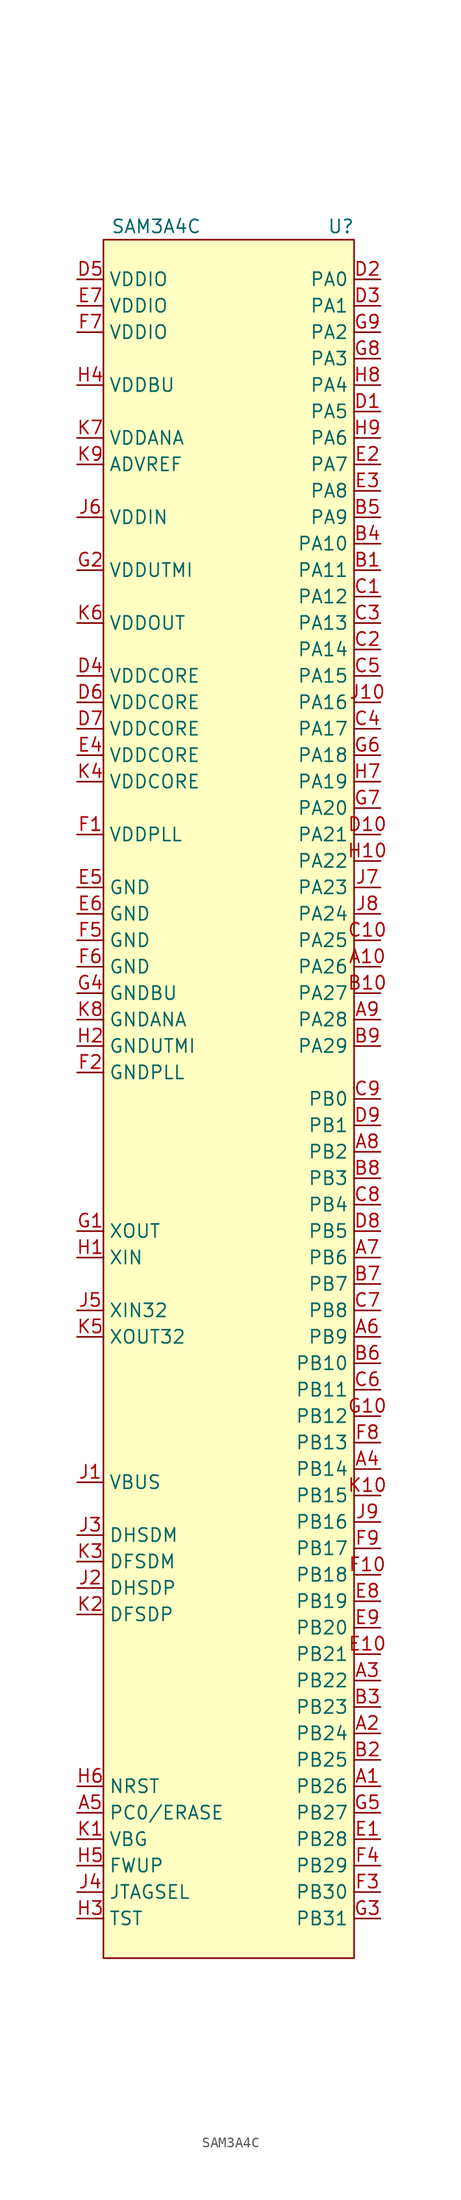
<source format=kicad_sym>
(kicad_symbol_lib
  (version 20211014)
  (generator kicad_symbol_editor)
  (symbol "SAM3A4C"
    (property "Reference" "U"
      (at 22.86 1.27 0)
      (effects (font (size 1.27 1.27))))
    (property "Value" "SAM3A4C"
      (at 5.08 1.27 0)
      (effects (font (size 1.27 1.27))))
    (symbol "SAM3A4C_0_0"
      (pin bidirectional line (at 26.67 -148.59 180) (length 2.54) (name "PB26" (effects (font (size 1.27 1.27)))) (number "A1" (effects (font (size 1.27 1.27)))))
      (pin bidirectional line (at 26.67 -69.85 180) (length 2.54) (name "PA26" (effects (font (size 1.27 1.27)))) (number "A10" (effects (font (size 1.27 1.27)))))
      (pin bidirectional line (at 26.67 -143.51 180) (length 2.54) (name "PB24" (effects (font (size 1.27 1.27)))) (number "A2" (effects (font (size 1.27 1.27)))))
      (pin bidirectional line (at 26.67 -138.43 180) (length 2.54) (name "PB22" (effects (font (size 1.27 1.27)))) (number "A3" (effects (font (size 1.27 1.27)))))
      (pin bidirectional line (at 26.67 -118.11 180) (length 2.54) (name "PB14" (effects (font (size 1.27 1.27)))) (number "A4" (effects (font (size 1.27 1.27)))))
      (pin bidirectional line (at -2.54 -151.13 0) (length 2.54) (name "PC0/ERASE" (effects (font (size 1.27 1.27)))) (number "A5" (effects (font (size 1.27 1.27)))))
      (pin bidirectional line (at 26.67 -105.41 180) (length 2.54) (name "PB9" (effects (font (size 1.27 1.27)))) (number "A6" (effects (font (size 1.27 1.27)))))
      (pin bidirectional line (at 26.67 -97.79 180) (length 2.54) (name "PB6" (effects (font (size 1.27 1.27)))) (number "A7" (effects (font (size 1.27 1.27)))))
      (pin bidirectional line (at 26.67 -87.63 180) (length 2.54) (name "PB2" (effects (font (size 1.27 1.27)))) (number "A8" (effects (font (size 1.27 1.27)))))
      (pin bidirectional line (at 26.67 -74.93 180) (length 2.54) (name "PA28" (effects (font (size 1.27 1.27)))) (number "A9" (effects (font (size 1.27 1.27)))))
      (pin bidirectional line (at 26.67 -31.75 180) (length 2.54) (name "PA11" (effects (font (size 1.27 1.27)))) (number "B1" (effects (font (size 1.27 1.27)))))
      (pin bidirectional line (at 26.67 -72.39 180) (length 2.54) (name "PA27" (effects (font (size 1.27 1.27)))) (number "B10" (effects (font (size 1.27 1.27)))))
      (pin bidirectional line (at 26.67 -146.05 180) (length 2.54) (name "PB25" (effects (font (size 1.27 1.27)))) (number "B2" (effects (font (size 1.27 1.27)))))
      (pin bidirectional line (at 26.67 -140.97 180) (length 2.54) (name "PB23" (effects (font (size 1.27 1.27)))) (number "B3" (effects (font (size 1.27 1.27)))))
      (pin bidirectional line (at 26.67 -29.21 180) (length 2.54) (name "PA10" (effects (font (size 1.27 1.27)))) (number "B4" (effects (font (size 1.27 1.27)))))
      (pin bidirectional line (at 26.67 -26.67 180) (length 2.54) (name "PA9" (effects (font (size 1.27 1.27)))) (number "B5" (effects (font (size 1.27 1.27)))))
      (pin bidirectional line (at 26.67 -107.95 180) (length 2.54) (name "PB10" (effects (font (size 1.27 1.27)))) (number "B6" (effects (font (size 1.27 1.27)))))
      (pin bidirectional line (at 26.67 -100.33 180) (length 2.54) (name "PB7" (effects (font (size 1.27 1.27)))) (number "B7" (effects (font (size 1.27 1.27)))))
      (pin bidirectional line (at 26.67 -90.17 180) (length 2.54) (name "PB3" (effects (font (size 1.27 1.27)))) (number "B8" (effects (font (size 1.27 1.27)))))
      (pin bidirectional line (at 26.67 -77.47 180) (length 2.54) (name "PA29" (effects (font (size 1.27 1.27)))) (number "B9" (effects (font (size 1.27 1.27)))))
      (pin bidirectional line (at 26.67 -34.29 180) (length 2.54) (name "PA12" (effects (font (size 1.27 1.27)))) (number "C1" (effects (font (size 1.27 1.27)))))
      (pin bidirectional line (at 26.67 -67.31 180) (length 2.54) (name "PA25" (effects (font (size 1.27 1.27)))) (number "C10" (effects (font (size 1.27 1.27)))))
      (pin bidirectional line (at 26.67 -39.37 180) (length 2.54) (name "PA14" (effects (font (size 1.27 1.27)))) (number "C2" (effects (font (size 1.27 1.27)))))
      (pin bidirectional line (at 26.67 -36.83 180) (length 2.54) (name "PA13" (effects (font (size 1.27 1.27)))) (number "C3" (effects (font (size 1.27 1.27)))))
      (pin bidirectional line (at 26.67 -46.99 180) (length 2.54) (name "PA17" (effects (font (size 1.27 1.27)))) (number "C4" (effects (font (size 1.27 1.27)))))
      (pin bidirectional line (at 26.67 -41.91 180) (length 2.54) (name "PA15" (effects (font (size 1.27 1.27)))) (number "C5" (effects (font (size 1.27 1.27)))))
      (pin bidirectional line (at 26.67 -110.49 180) (length 2.54) (name "PB11" (effects (font (size 1.27 1.27)))) (number "C6" (effects (font (size 1.27 1.27)))))
      (pin bidirectional line (at 26.67 -102.87 180) (length 2.54) (name "PB8" (effects (font (size 1.27 1.27)))) (number "C7" (effects (font (size 1.27 1.27)))))
      (pin bidirectional line (at 26.67 -92.71 180) (length 2.54) (name "PB4" (effects (font (size 1.27 1.27)))) (number "C8" (effects (font (size 1.27 1.27)))))
      (pin bidirectional line (at 26.67 -82.55 180) (length 2.54) (name "PB0" (effects (font (size 1.27 1.27)))) (number "C9" (effects (font (size 1.27 1.27)))))
      (pin bidirectional line (at 26.67 -16.51 180) (length 2.54) (name "PA5" (effects (font (size 1.27 1.27)))) (number "D1" (effects (font (size 1.27 1.27)))))
      (pin bidirectional line (at 26.67 -57.15 180) (length 2.54) (name "PA21" (effects (font (size 1.27 1.27)))) (number "D10" (effects (font (size 1.27 1.27)))))
      (pin bidirectional line (at 26.67 -3.81 180) (length 2.54) (name "PA0" (effects (font (size 1.27 1.27)))) (number "D2" (effects (font (size 1.27 1.27)))))
      (pin bidirectional line (at 26.67 -6.35 180) (length 2.54) (name "PA1" (effects (font (size 1.27 1.27)))) (number "D3" (effects (font (size 1.27 1.27)))))
      (pin power_in line (at -2.54 -41.91 0) (length 2.54) (name "VDDCORE" (effects (font (size 1.27 1.27)))) (number "D4" (effects (font (size 1.27 1.27)))))
      (pin power_in line (at -2.54 -3.81 0) (length 2.54) (name "VDDIO" (effects (font (size 1.27 1.27)))) (number "D5" (effects (font (size 1.27 1.27)))))
      (pin power_in line (at -2.54 -44.45 0) (length 2.54) (name "VDDCORE" (effects (font (size 1.27 1.27)))) (number "D6" (effects (font (size 1.27 1.27)))))
      (pin power_in line (at -2.54 -46.99 0) (length 2.54) (name "VDDCORE" (effects (font (size 1.27 1.27)))) (number "D7" (effects (font (size 1.27 1.27)))))
      (pin bidirectional line (at 26.67 -95.25 180) (length 2.54) (name "PB5" (effects (font (size 1.27 1.27)))) (number "D8" (effects (font (size 1.27 1.27)))))
      (pin bidirectional line (at 26.67 -85.09 180) (length 2.54) (name "PB1" (effects (font (size 1.27 1.27)))) (number "D9" (effects (font (size 1.27 1.27)))))
      (pin bidirectional line (at 26.67 -153.67 180) (length 2.54) (name "PB28" (effects (font (size 1.27 1.27)))) (number "E1" (effects (font (size 1.27 1.27)))))
      (pin bidirectional line (at 26.67 -135.89 180) (length 2.54) (name "PB21" (effects (font (size 1.27 1.27)))) (number "E10" (effects (font (size 1.27 1.27)))))
      (pin bidirectional line (at 26.67 -21.59 180) (length 2.54) (name "PA7" (effects (font (size 1.27 1.27)))) (number "E2" (effects (font (size 1.27 1.27)))))
      (pin bidirectional line (at 26.67 -24.13 180) (length 2.54) (name "PA8" (effects (font (size 1.27 1.27)))) (number "E3" (effects (font (size 1.27 1.27)))))
      (pin power_in line (at -2.54 -49.53 0) (length 2.54) (name "VDDCORE" (effects (font (size 1.27 1.27)))) (number "E4" (effects (font (size 1.27 1.27)))))
      (pin power_in line (at -2.54 -62.23 0) (length 2.54) (name "GND" (effects (font (size 1.27 1.27)))) (number "E5" (effects (font (size 1.27 1.27)))))
      (pin power_in line (at -2.54 -64.77 0) (length 2.54) (name "GND" (effects (font (size 1.27 1.27)))) (number "E6" (effects (font (size 1.27 1.27)))))
      (pin power_in line (at -2.54 -6.35 0) (length 2.54) (name "VDDIO" (effects (font (size 1.27 1.27)))) (number "E7" (effects (font (size 1.27 1.27)))))
      (pin bidirectional line (at 26.67 -130.81 180) (length 2.54) (name "PB19" (effects (font (size 1.27 1.27)))) (number "E8" (effects (font (size 1.27 1.27)))))
      (pin bidirectional line (at 26.67 -133.35 180) (length 2.54) (name "PB20" (effects (font (size 1.27 1.27)))) (number "E9" (effects (font (size 1.27 1.27)))))
      (pin power_in line (at -2.54 -57.15 0) (length 2.54) (name "VDDPLL" (effects (font (size 1.27 1.27)))) (number "F1" (effects (font (size 1.27 1.27)))))
      (pin bidirectional line (at 26.67 -128.27 180) (length 2.54) (name "PB18" (effects (font (size 1.27 1.27)))) (number "F10" (effects (font (size 1.27 1.27)))))
      (pin power_in line (at -2.54 -80.01 0) (length 2.54) (name "GNDPLL" (effects (font (size 1.27 1.27)))) (number "F2" (effects (font (size 1.27 1.27)))))
      (pin bidirectional line (at 26.67 -158.75 180) (length 2.54) (name "PB30" (effects (font (size 1.27 1.27)))) (number "F3" (effects (font (size 1.27 1.27)))))
      (pin bidirectional line (at 26.67 -156.21 180) (length 2.54) (name "PB29" (effects (font (size 1.27 1.27)))) (number "F4" (effects (font (size 1.27 1.27)))))
      (pin power_in line (at -2.54 -67.31 0) (length 2.54) (name "GND" (effects (font (size 1.27 1.27)))) (number "F5" (effects (font (size 1.27 1.27)))))
      (pin power_in line (at -2.54 -69.85 0) (length 2.54) (name "GND" (effects (font (size 1.27 1.27)))) (number "F6" (effects (font (size 1.27 1.27)))))
      (pin power_in line (at -2.54 -8.89 0) (length 2.54) (name "VDDIO" (effects (font (size 1.27 1.27)))) (number "F7" (effects (font (size 1.27 1.27)))))
      (pin bidirectional line (at 26.67 -115.57 180) (length 2.54) (name "PB13" (effects (font (size 1.27 1.27)))) (number "F8" (effects (font (size 1.27 1.27)))))
      (pin bidirectional line (at 26.67 -125.73 180) (length 2.54) (name "PB17" (effects (font (size 1.27 1.27)))) (number "F9" (effects (font (size 1.27 1.27)))))
      (pin output line (at -2.54 -95.25 0) (length 2.54) (name "XOUT" (effects (font (size 1.27 1.27)))) (number "G1" (effects (font (size 1.27 1.27)))))
      (pin bidirectional line (at 26.67 -113.03 180) (length 2.54) (name "PB12" (effects (font (size 1.27 1.27)))) (number "G10" (effects (font (size 1.27 1.27)))))
      (pin power_in line (at -2.54 -31.75 0) (length 2.54) (name "VDDUTMI" (effects (font (size 1.27 1.27)))) (number "G2" (effects (font (size 1.27 1.27)))))
      (pin bidirectional line (at 26.67 -161.29 180) (length 2.54) (name "PB31" (effects (font (size 1.27 1.27)))) (number "G3" (effects (font (size 1.27 1.27)))))
      (pin power_in line (at -2.54 -72.39 0) (length 2.54) (name "GNDBU" (effects (font (size 1.27 1.27)))) (number "G4" (effects (font (size 1.27 1.27)))))
      (pin bidirectional line (at 26.67 -151.13 180) (length 2.54) (name "PB27" (effects (font (size 1.27 1.27)))) (number "G5" (effects (font (size 1.27 1.27)))))
      (pin bidirectional line (at 26.67 -49.53 180) (length 2.54) (name "PA18" (effects (font (size 1.27 1.27)))) (number "G6" (effects (font (size 1.27 1.27)))))
      (pin bidirectional line (at 26.67 -54.61 180) (length 2.54) (name "PA20" (effects (font (size 1.27 1.27)))) (number "G7" (effects (font (size 1.27 1.27)))))
      (pin bidirectional line (at 26.67 -11.43 180) (length 2.54) (name "PA3" (effects (font (size 1.27 1.27)))) (number "G8" (effects (font (size 1.27 1.27)))))
      (pin bidirectional line (at 26.67 -8.89 180) (length 2.54) (name "PA2" (effects (font (size 1.27 1.27)))) (number "G9" (effects (font (size 1.27 1.27)))))
      (pin input line (at -2.54 -97.79 0) (length 2.54) (name "XIN" (effects (font (size 1.27 1.27)))) (number "H1" (effects (font (size 1.27 1.27)))))
      (pin bidirectional line (at 26.67 -59.69 180) (length 2.54) (name "PA22" (effects (font (size 1.27 1.27)))) (number "H10" (effects (font (size 1.27 1.27)))))
      (pin power_in line (at -2.54 -77.47 0) (length 2.54) (name "GNDUTMI" (effects (font (size 1.27 1.27)))) (number "H2" (effects (font (size 1.27 1.27)))))
      (pin passive line (at -2.54 -161.29 0) (length 2.54) (name "TST" (effects (font (size 1.27 1.27)))) (number "H3" (effects (font (size 1.27 1.27)))))
      (pin power_in line (at -2.54 -13.97 0) (length 2.54) (name "VDDBU" (effects (font (size 1.27 1.27)))) (number "H4" (effects (font (size 1.27 1.27)))))
      (pin input line (at -2.54 -156.21 0) (length 2.54) (name "FWUP" (effects (font (size 1.27 1.27)))) (number "H5" (effects (font (size 1.27 1.27)))))
      (pin input line (at -2.54 -148.59 0) (length 2.54) (name "NRST" (effects (font (size 1.27 1.27)))) (number "H6" (effects (font (size 1.27 1.27)))))
      (pin bidirectional line (at 26.67 -52.07 180) (length 2.54) (name "PA19" (effects (font (size 1.27 1.27)))) (number "H7" (effects (font (size 1.27 1.27)))))
      (pin bidirectional line (at 26.67 -13.97 180) (length 2.54) (name "PA4" (effects (font (size 1.27 1.27)))) (number "H8" (effects (font (size 1.27 1.27)))))
      (pin bidirectional line (at 26.67 -19.05 180) (length 2.54) (name "PA6" (effects (font (size 1.27 1.27)))) (number "H9" (effects (font (size 1.27 1.27)))))
      (pin input line (at -2.54 -119.38 0) (length 2.54) (name "VBUS" (effects (font (size 1.27 1.27)))) (number "J1" (effects (font (size 1.27 1.27)))))
      (pin bidirectional line (at 26.67 -44.45 180) (length 2.54) (name "PA16" (effects (font (size 1.27 1.27)))) (number "J10" (effects (font (size 1.27 1.27)))))
      (pin bidirectional line (at -2.54 -129.54 0) (length 2.54) (name "DHSDP" (effects (font (size 1.27 1.27)))) (number "J2" (effects (font (size 1.27 1.27)))))
      (pin bidirectional line (at -2.54 -124.46 0) (length 2.54) (name "DHSDM" (effects (font (size 1.27 1.27)))) (number "J3" (effects (font (size 1.27 1.27)))))
      (pin input line (at -2.54 -158.75 0) (length 2.54) (name "JTAGSEL" (effects (font (size 1.27 1.27)))) (number "J4" (effects (font (size 1.27 1.27)))))
      (pin input line (at -2.54 -102.87 0) (length 2.54) (name "XIN32" (effects (font (size 1.27 1.27)))) (number "J5" (effects (font (size 1.27 1.27)))))
      (pin power_in line (at -2.54 -26.67 0) (length 2.54) (name "VDDIN" (effects (font (size 1.27 1.27)))) (number "J6" (effects (font (size 1.27 1.27)))))
      (pin bidirectional line (at 26.67 -62.23 180) (length 2.54) (name "PA23" (effects (font (size 1.27 1.27)))) (number "J7" (effects (font (size 1.27 1.27)))))
      (pin bidirectional line (at 26.67 -64.77 180) (length 2.54) (name "PA24" (effects (font (size 1.27 1.27)))) (number "J8" (effects (font (size 1.27 1.27)))))
      (pin bidirectional line (at 26.67 -123.19 180) (length 2.54) (name "PB16" (effects (font (size 1.27 1.27)))) (number "J9" (effects (font (size 1.27 1.27)))))
      (pin passive line (at -2.54 -153.67 0) (length 2.54) (name "VBG" (effects (font (size 1.27 1.27)))) (number "K1" (effects (font (size 1.27 1.27)))))
      (pin bidirectional line (at 26.67 -120.65 180) (length 2.54) (name "PB15" (effects (font (size 1.27 1.27)))) (number "K10" (effects (font (size 1.27 1.27)))))
      (pin bidirectional line (at -2.54 -132.08 0) (length 2.54) (name "DFSDP" (effects (font (size 1.27 1.27)))) (number "K2" (effects (font (size 1.27 1.27)))))
      (pin bidirectional line (at -2.54 -127 0) (length 2.54) (name "DFSDM" (effects (font (size 1.27 1.27)))) (number "K3" (effects (font (size 1.27 1.27)))))
      (pin power_in line (at -2.54 -52.07 0) (length 2.54) (name "VDDCORE" (effects (font (size 1.27 1.27)))) (number "K4" (effects (font (size 1.27 1.27)))))
      (pin output line (at -2.54 -105.41 0) (length 2.54) (name "XOUT32" (effects (font (size 1.27 1.27)))) (number "K5" (effects (font (size 1.27 1.27)))))
      (pin power_out line (at -2.54 -36.83 0) (length 2.54) (name "VDDOUT" (effects (font (size 1.27 1.27)))) (number "K6" (effects (font (size 1.27 1.27)))))
      (pin power_in line (at -2.54 -19.05 0) (length 2.54) (name "VDDANA" (effects (font (size 1.27 1.27)))) (number "K7" (effects (font (size 1.27 1.27)))))
      (pin power_in line (at -2.54 -74.93 0) (length 2.54) (name "GNDANA" (effects (font (size 1.27 1.27)))) (number "K8" (effects (font (size 1.27 1.27)))))
      (pin input line (at -2.54 -21.59 0) (length 2.54) (name "ADVREF" (effects (font (size 1.27 1.27)))) (number "K9" (effects (font (size 1.27 1.27))))))
    (symbol "SAM3A4C_0_1"
      (rectangle (start 0 0) (end 24.13 -165.1) (stroke (width 0) (type default) (color 0 0 0 0)) (fill (type background))))))
</source>
